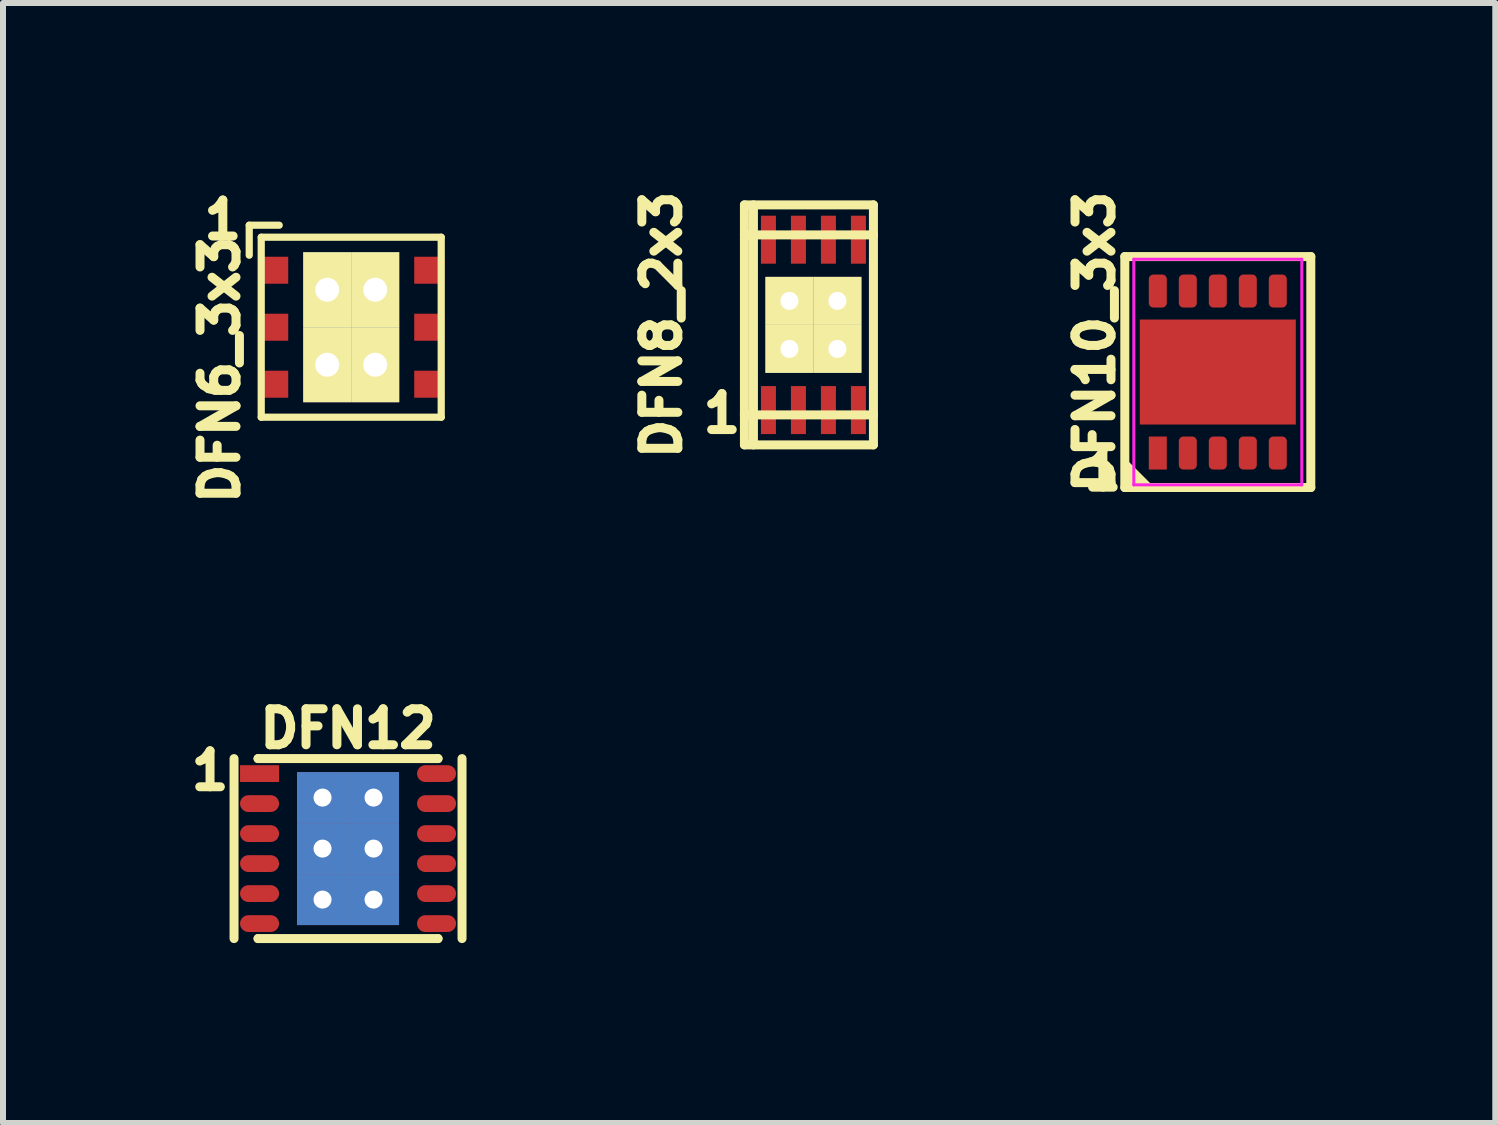
<source format=kicad_pcb>
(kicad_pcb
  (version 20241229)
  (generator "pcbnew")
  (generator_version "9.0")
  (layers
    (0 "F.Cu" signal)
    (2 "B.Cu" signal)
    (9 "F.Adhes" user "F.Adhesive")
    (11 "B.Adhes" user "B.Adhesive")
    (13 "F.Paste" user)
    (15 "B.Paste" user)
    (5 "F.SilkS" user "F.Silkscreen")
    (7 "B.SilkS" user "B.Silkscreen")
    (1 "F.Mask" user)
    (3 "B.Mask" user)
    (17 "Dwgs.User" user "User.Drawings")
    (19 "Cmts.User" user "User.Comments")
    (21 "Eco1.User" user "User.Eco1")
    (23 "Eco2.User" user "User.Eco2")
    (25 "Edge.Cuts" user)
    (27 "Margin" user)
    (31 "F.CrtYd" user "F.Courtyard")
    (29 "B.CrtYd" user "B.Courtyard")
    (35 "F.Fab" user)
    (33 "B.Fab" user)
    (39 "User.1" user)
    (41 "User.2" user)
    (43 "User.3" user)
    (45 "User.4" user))
  (footprint "DFN6_3x3"
    (layer "F.Cu")
    (at 2.804 2.404)
    (property "Reference" "DFN6_3x3" (at -2.19 0.71 90) (layer "F.SilkS") (effects (font (size 0.6 0.6) (thickness 0.15))))
    (attr through_hole)
    (fp_line (start -1.7 -1.7) (end -1.2 -1.7) (stroke (width 0.12) (type solid)) (layer "F.SilkS"))
    (fp_line (start -1.7 -1.2) (end -1.7 -1.7) (stroke (width 0.12) (type solid)) (layer "F.SilkS"))
    (fp_line (start -1.5 -1.5) (end 1.5 -1.5) (stroke (width 0.12) (type solid)) (layer "F.SilkS"))
    (fp_line (start -1.5 1.5) (end -1.5 -1.5) (stroke (width 0.12) (type solid)) (layer "F.SilkS"))
    (fp_line (start 1.5 -1.5) (end 1.5 1.5) (stroke (width 0.12) (type solid)) (layer "F.SilkS"))
    (fp_line (start 1.5 1.5) (end -1.5 1.5) (stroke (width 0.12) (type solid)) (layer "F.SilkS"))
    (fp_text user "1" (at -2.14 -1.79 0) (layer "F.SilkS") (effects (font (size 0.6 0.6) (thickness 0.15))))
    (pad "1" smd rect (at -1.3 -0.95) (size 0.5 0.45) (layers "F.Cu" "F.Mask" "F.Paste"))
    (pad "2" smd rect (at -1.3 0) (size 0.5 0.45) (layers "F.Cu" "F.Mask" "F.Paste"))
    (pad "3" smd rect (at -1.3 0.95) (size 0.5 0.45) (layers "F.Cu" "F.Mask" "F.Paste"))
    (pad "4" smd rect (at 1.3 0.95) (size 0.5 0.45) (layers "F.Cu" "F.Mask" "F.Paste"))
    (pad "5" smd rect (at 1.3 0) (size 0.5 0.45) (layers "F.Cu" "F.Mask" "F.Paste"))
    (pad "6" smd rect (at 1.3 -0.95) (size 0.5 0.45) (layers "F.Cu" "F.Mask" "F.Paste"))
    (pad "PAD" thru_hole rect (at -0.4 -0.625) (size 0.8 1.25) (drill 0.4) (layers "*.Cu" "F.Mask" "F.SilkS"))
    (pad "PAD" thru_hole rect (at -0.4 0.625) (size 0.8 1.25) (drill 0.4) (layers "*.Cu" "F.Mask" "F.SilkS"))
    (pad "PAD" thru_hole rect (at 0.4 -0.625) (size 0.8 1.25) (drill 0.4) (layers "*.Cu" "F.Mask" "F.SilkS"))
    (pad "PAD" thru_hole rect (at 0.4 0.625) (size 0.8 1.25) (drill 0.4) (layers "*.Cu" "F.Mask" "F.SilkS")))
  (footprint "DFN12"
    (layer "F.Cu")
    (at 2.751 11.094)
    (property "Reference" "DFN12" (at 0 -2 0) (layer "F.SilkS") (effects (font (size 0.6 0.6) (thickness 0.15))))
    (attr smd)
    (fp_line (start -1.9 1.5) (end -1.9 -1.5) (stroke (width 0.15) (type solid)) (layer "F.SilkS"))
    (fp_line (start -1.5 -1.5) (end -1.5 -1.5) (stroke (width 0.15) (type solid)) (layer "F.SilkS"))
    (fp_line (start -1.5 -1.5) (end 1.5 -1.5) (stroke (width 0.15) (type solid)) (layer "F.SilkS"))
    (fp_line (start -1.5 1.5) (end -1.5 1.5) (stroke (width 0.15) (type solid)) (layer "F.SilkS"))
    (fp_line (start -1.5 1.5) (end 1.5 1.5) (stroke (width 0.15) (type solid)) (layer "F.SilkS"))
    (fp_line (start 1.5 -1.5) (end 1.5 -1.5) (stroke (width 0.15) (type solid)) (layer "F.SilkS"))
    (fp_line (start 1.5 1.5) (end 1.5 1.5) (stroke (width 0.15) (type solid)) (layer "F.SilkS"))
    (fp_line (start 1.9 -1.5) (end 1.9 1.5) (stroke (width 0.15) (type solid)) (layer "F.SilkS"))
    (fp_text user "1" (at -2.3 -1.3 0) (layer "F.SilkS") (effects (font (size 0.6 0.6) (thickness 0.15))))
    (pad "1" smd rect (at -1.475 -1.25) (size 0.65 0.28) (layers "F.Cu" "F.Mask"))
    (pad "2" smd oval (at -1.475 -0.75) (size 0.65 0.28) (layers "F.Cu" "F.Mask"))
    (pad "3" smd oval (at -1.475 -0.25) (size 0.65 0.28) (layers "F.Cu" "F.Mask"))
    (pad "4" smd oval (at -1.475 0.25) (size 0.65 0.28) (layers "F.Cu" "F.Mask"))
    (pad "5" smd oval (at -1.475 0.75) (size 0.65 0.28) (layers "F.Cu" "F.Mask"))
    (pad "6" smd oval (at -1.475 1.25) (size 0.65 0.28) (layers "F.Cu" "F.Mask"))
    (pad "7" smd oval (at 1.475 1.25) (size 0.65 0.28) (layers "F.Cu" "F.Mask"))
    (pad "8" smd oval (at 1.475 0.75) (size 0.65 0.28) (layers "F.Cu" "F.Mask"))
    (pad "9" smd oval (at 1.475 0.25) (size 0.65 0.28) (layers "F.Cu" "F.Mask"))
    (pad "10" smd oval (at 1.475 -0.25) (size 0.65 0.28) (layers "F.Cu" "F.Mask"))
    (pad "11" smd oval (at 1.475 -0.75) (size 0.65 0.28) (layers "F.Cu" "F.Mask"))
    (pad "12" smd oval (at 1.475 -1.25) (size 0.65 0.28) (layers "F.Cu" "F.Mask"))
    (pad "PAD" thru_hole rect (at -0.425 -0.85) (size 0.85 0.85) (drill 0.3) (layers "*.Cu" "F.Mask"))
    (pad "PAD" thru_hole rect (at -0.425 0) (size 0.85 0.85) (drill 0.3) (layers "*.Cu" "F.Mask"))
    (pad "PAD" thru_hole rect (at -0.425 0.85) (size 0.85 0.85) (drill 0.3) (layers "*.Cu" "F.Mask"))
    (pad "PAD" thru_hole rect (at 0.425 -0.85) (size 0.85 0.85) (drill 0.3) (layers "*.Cu" "F.Mask"))
    (pad "PAD" thru_hole rect (at 0.425 0) (size 0.85 0.85) (drill 0.3) (layers "*.Cu" "F.Mask"))
    (pad "PAD" thru_hole rect (at 0.425 0.85) (size 0.85 0.85) (drill 0.3) (layers "*.Cu" "F.Mask")))
  (footprint "DFN10_3x3"
    (layer "F.Cu")
    (at 17.248 3.151)
    (property "Reference" "DFN10_3x3" (at -2.05 -0.5 90) (layer "F.SilkS") (effects (font (size 0.6 0.6) (thickness 0.15))))
    (attr smd)
    (fp_line (start -1.55 -1.925) (end 1.55 -1.925) (stroke (width 0.15) (type default)) (layer "F.SilkS"))
    (fp_line (start -1.55 1.925) (end -1.55 -1.925) (stroke (width 0.15) (type default)) (layer "F.SilkS"))
    (fp_line (start 1.55 -1.925) (end 1.55 1.925) (stroke (width 0.15) (type default)) (layer "F.SilkS"))
    (fp_line (start 1.55 1.925) (end -1.55 1.925) (stroke (width 0.15) (type default)) (layer "F.SilkS"))
    (fp_poly (pts (xy -1.55 1.925) (xy -1.55 1.5) (xy -1.15 1.9)) (stroke (width 0.1) (type solid)) (fill yes) (layer "F.SilkS"))
    (fp_line (start -1.4 -1.88) (end 1.4 -1.88) (stroke (width 0.05) (type default)) (layer "F.CrtYd"))
    (fp_line (start -1.4 1.88) (end -1.4 -1.88) (stroke (width 0.05) (type default)) (layer "F.CrtYd"))
    (fp_line (start 1.4 -1.88) (end 1.4 1.88) (stroke (width 0.05) (type default)) (layer "F.CrtYd"))
    (fp_line (start 1.4 1.88) (end -1.4 1.88) (stroke (width 0.05) (type default)) (layer "F.CrtYd"))
    (fp_text user "1" (at -2.3 2 0) (unlocked yes) (layer "F.SilkS") (effects (font (size 0.6 0.6) (thickness 0.15) (bold yes)) (justify left bottom)))
    (pad "1" smd rect (at -1 1.35) (size 0.3 0.55) (layers "F.Cu" "F.Mask" "F.Paste"))
    (pad "2" smd roundrect (at -0.5 1.35) (size 0.3 0.55) (layers "F.Cu" "F.Mask" "F.Paste") (roundrect_rratio 0.25))
    (pad "3" smd roundrect (at 0 1.35) (size 0.3 0.55) (layers "F.Cu" "F.Mask" "F.Paste") (roundrect_rratio 0.25))
    (pad "4" smd roundrect (at 0.5 1.35) (size 0.3 0.55) (layers "F.Cu" "F.Mask" "F.Paste") (roundrect_rratio 0.25))
    (pad "5" smd roundrect (at 1 1.35) (size 0.3 0.55) (layers "F.Cu" "F.Mask" "F.Paste") (roundrect_rratio 0.25))
    (pad "6" smd roundrect (at 1 -1.35) (size 0.3 0.55) (layers "F.Cu" "F.Mask" "F.Paste") (roundrect_rratio 0.25))
    (pad "7" smd roundrect (at 0.5 -1.35) (size 0.3 0.55) (layers "F.Cu" "F.Mask" "F.Paste") (roundrect_rratio 0.25))
    (pad "8" smd roundrect (at 0 -1.35) (size 0.3 0.55) (layers "F.Cu" "F.Mask" "F.Paste") (roundrect_rratio 0.25))
    (pad "9" smd roundrect (at -0.5 -1.35) (size 0.3 0.55) (layers "F.Cu" "F.Mask" "F.Paste") (roundrect_rratio 0.25))
    (pad "10" smd roundrect (at -1 -1.35) (size 0.3 0.55) (layers "F.Cu" "F.Mask" "F.Paste") (roundrect_rratio 0.25))
    (pad "PAD" smd rect (at 0 0) (size 2.6 1.75) (layers "F.Cu" "F.Mask" "F.Paste")))
  (footprint "DFN8_2x3"
    (layer "F.Cu")
    (at 10.508 2.365)
    (property "Reference" "DFN8_2x3" (at -2.53 0 90) (layer "F.SilkS") (effects (font (size 0.6 0.6) (thickness 0.15))))
    (attr through_hole)
    (fp_line (start -1.15 -2) (end 1 -2) (stroke (width 0.15) (type solid)) (layer "F.SilkS"))
    (fp_line (start -1.15 -1.5) (end -1.15 -2) (stroke (width 0.15) (type solid)) (layer "F.SilkS"))
    (fp_line (start -1.15 -1.5) (end -1.15 1.5) (stroke (width 0.15) (type solid)) (layer "F.SilkS"))
    (fp_line (start -1.15 -1.5) (end -1 -1.5) (stroke (width 0.15) (type solid)) (layer "F.SilkS"))
    (fp_line (start -1.15 1.475) (end -1.15 2) (stroke (width 0.15) (type solid)) (layer "F.SilkS"))
    (fp_line (start -1.15 1.5) (end -1.025 1.5) (stroke (width 0.15) (type solid)) (layer "F.SilkS"))
    (fp_line (start -1.15 2) (end 1 2) (stroke (width 0.15) (type solid)) (layer "F.SilkS"))
    (fp_line (start -1 -1.5) (end -1 -2) (stroke (width 0.15) (type solid)) (layer "F.SilkS"))
    (fp_line (start -1 -1.5) (end 1 -1.5) (stroke (width 0.15) (type solid)) (layer "F.SilkS"))
    (fp_line (start -1 1.5) (end -1 -1.5) (stroke (width 0.15) (type solid)) (layer "F.SilkS"))
    (fp_line (start -1 1.5) (end -1 2) (stroke (width 0.15) (type solid)) (layer "F.SilkS"))
    (fp_line (start 1 -2) (end 1 -1.5) (stroke (width 0.15) (type solid)) (layer "F.SilkS"))
    (fp_line (start 1 -1.5) (end 1 1.5) (stroke (width 0.15) (type solid)) (layer "F.SilkS"))
    (fp_line (start 1 1.5) (end -1 1.5) (stroke (width 0.15) (type solid)) (layer "F.SilkS"))
    (fp_line (start 1 2) (end 1 1.5) (stroke (width 0.15) (type solid)) (layer "F.SilkS"))
    (fp_text user "1" (at -1.525 1.475 0) (layer "F.SilkS") (effects (font (size 0.6 0.6) (thickness 0.15))))
    (pad "1" smd rect (at -0.75 1.42) (size 0.25 0.8) (layers "F.Cu" "F.Mask" "F.Paste"))
    (pad "2" smd rect (at -0.25 1.42) (size 0.25 0.8) (layers "F.Cu" "F.Mask" "F.Paste"))
    (pad "3" smd rect (at 0.25 1.42) (size 0.25 0.8) (layers "F.Cu" "F.Mask" "F.Paste"))
    (pad "4" smd rect (at 0.75 1.42) (size 0.25 0.8) (layers "F.Cu" "F.Mask" "F.Paste"))
    (pad "5" smd rect (at 0.75 -1.42) (size 0.25 0.8) (layers "F.Cu" "F.Mask" "F.Paste"))
    (pad "6" smd rect (at 0.25 -1.42) (size 0.25 0.8) (layers "F.Cu" "F.Mask" "F.Paste"))
    (pad "7" smd rect (at -0.25 -1.42) (size 0.25 0.8) (layers "F.Cu" "F.Mask" "F.Paste"))
    (pad "8" smd rect (at -0.75 -1.42) (size 0.25 0.8) (layers "F.Cu" "F.Mask" "F.Paste"))
    (pad "PAD" thru_hole rect (at -0.4 -0.4) (size 0.8 0.8) (drill 0.3) (layers "*.Cu" "F.Mask" "F.SilkS"))
    (pad "PAD" thru_hole rect (at -0.4 0.4) (size 0.8 0.8) (drill 0.3) (layers "*.Cu" "F.Mask" "F.SilkS"))
    (pad "PAD" thru_hole rect (at 0.4 -0.4) (size 0.8 0.8) (drill 0.3) (layers "*.Cu" "F.Mask" "F.SilkS"))
    (pad "PAD" thru_hole rect (at 0.4 0.4) (size 0.8 0.8) (drill 0.3) (layers "*.Cu" "F.Mask" "F.SilkS")))
  (gr_rect
    (start -3 -3)
    (end 21.873 15.668)
    (stroke (width 0.1) (type default))
    (fill no)
    (layer "Edge.Cuts")))
</source>
